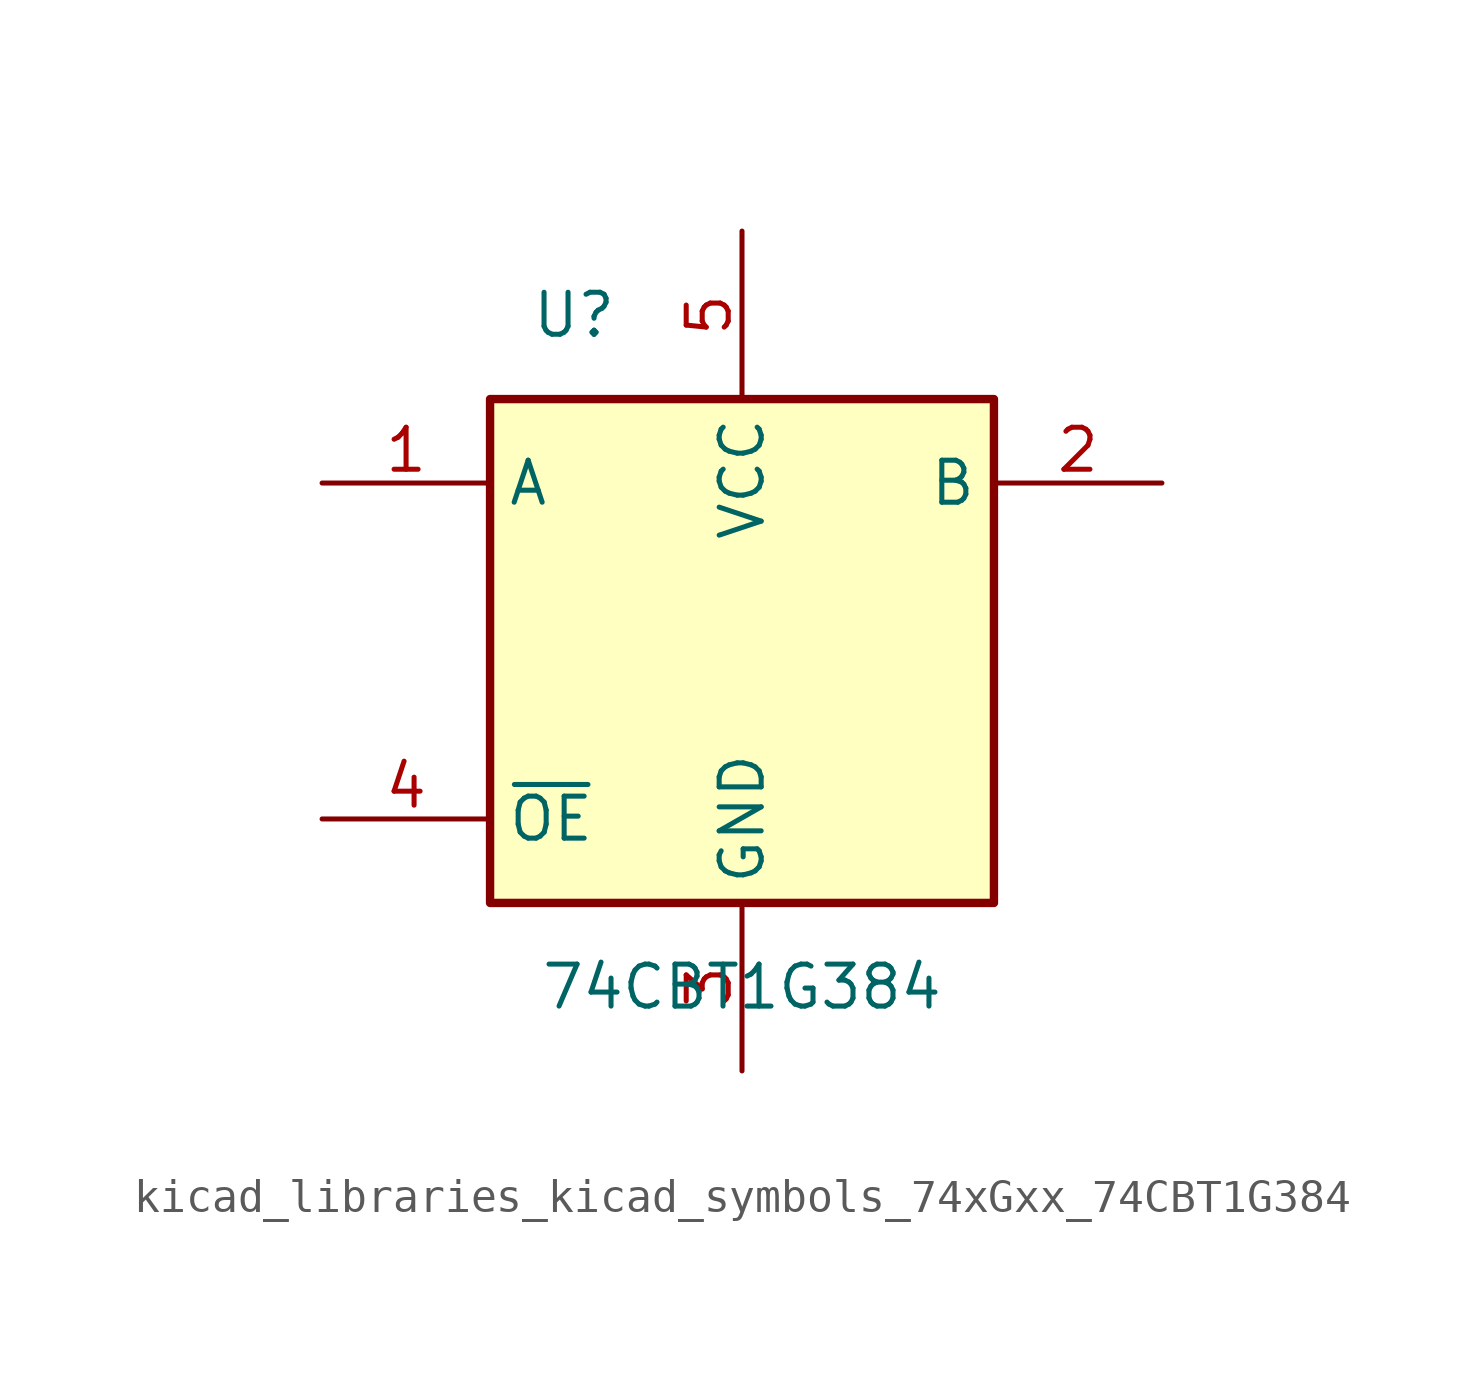
<source format=kicad_sym>
(kicad_symbol_lib
  (version 20220914)
  (generator kicad_symbol_editor)
  (symbol "kicad_libraries_kicad_symbols_74xGxx_74CBT1G384"
    (property "Reference" "U"
      (at -5.08 10.16 0)
      (effects (font (size 1.27 1.27))))
    (property "Value" "74CBT1G384"
      (at 0 -10.16 0)
      (effects (font (size 1.27 1.27))))
    (symbol "kicad_libraries_kicad_symbols_74xGxx_74CBT1G384_0_1"
      (rectangle (start -7.62 7.62) (end 7.62 -7.62) (stroke (width 0.254) (type default)) (fill (type background))))
    (symbol "kicad_libraries_kicad_symbols_74xGxx_74CBT1G384_1_1"
      (pin input line (at -12.7 5.08 0) (length 5.08) (name "A" (effects (font (size 1.27 1.27)))) (number "1" (effects (font (size 1.27 1.27)))))
      (pin tri_state line (at 12.7 5.08 180) (length 5.08) (name "B" (effects (font (size 1.27 1.27)))) (number "2" (effects (font (size 1.27 1.27)))))
      (pin power_in line (at 0 -12.7 90) (length 5.08) (name "GND" (effects (font (size 1.27 1.27)))) (number "3" (effects (font (size 1.27 1.27)))))
      (pin input line (at -12.7 -5.08 0) (length 5.08) (name "~{OE}" (effects (font (size 1.27 1.27)))) (number "4" (effects (font (size 1.27 1.27)))))
      (pin power_in line (at 0 12.7 270) (length 5.08) (name "VCC" (effects (font (size 1.27 1.27)))) (number "5" (effects (font (size 1.27 1.27))))))))
</source>
